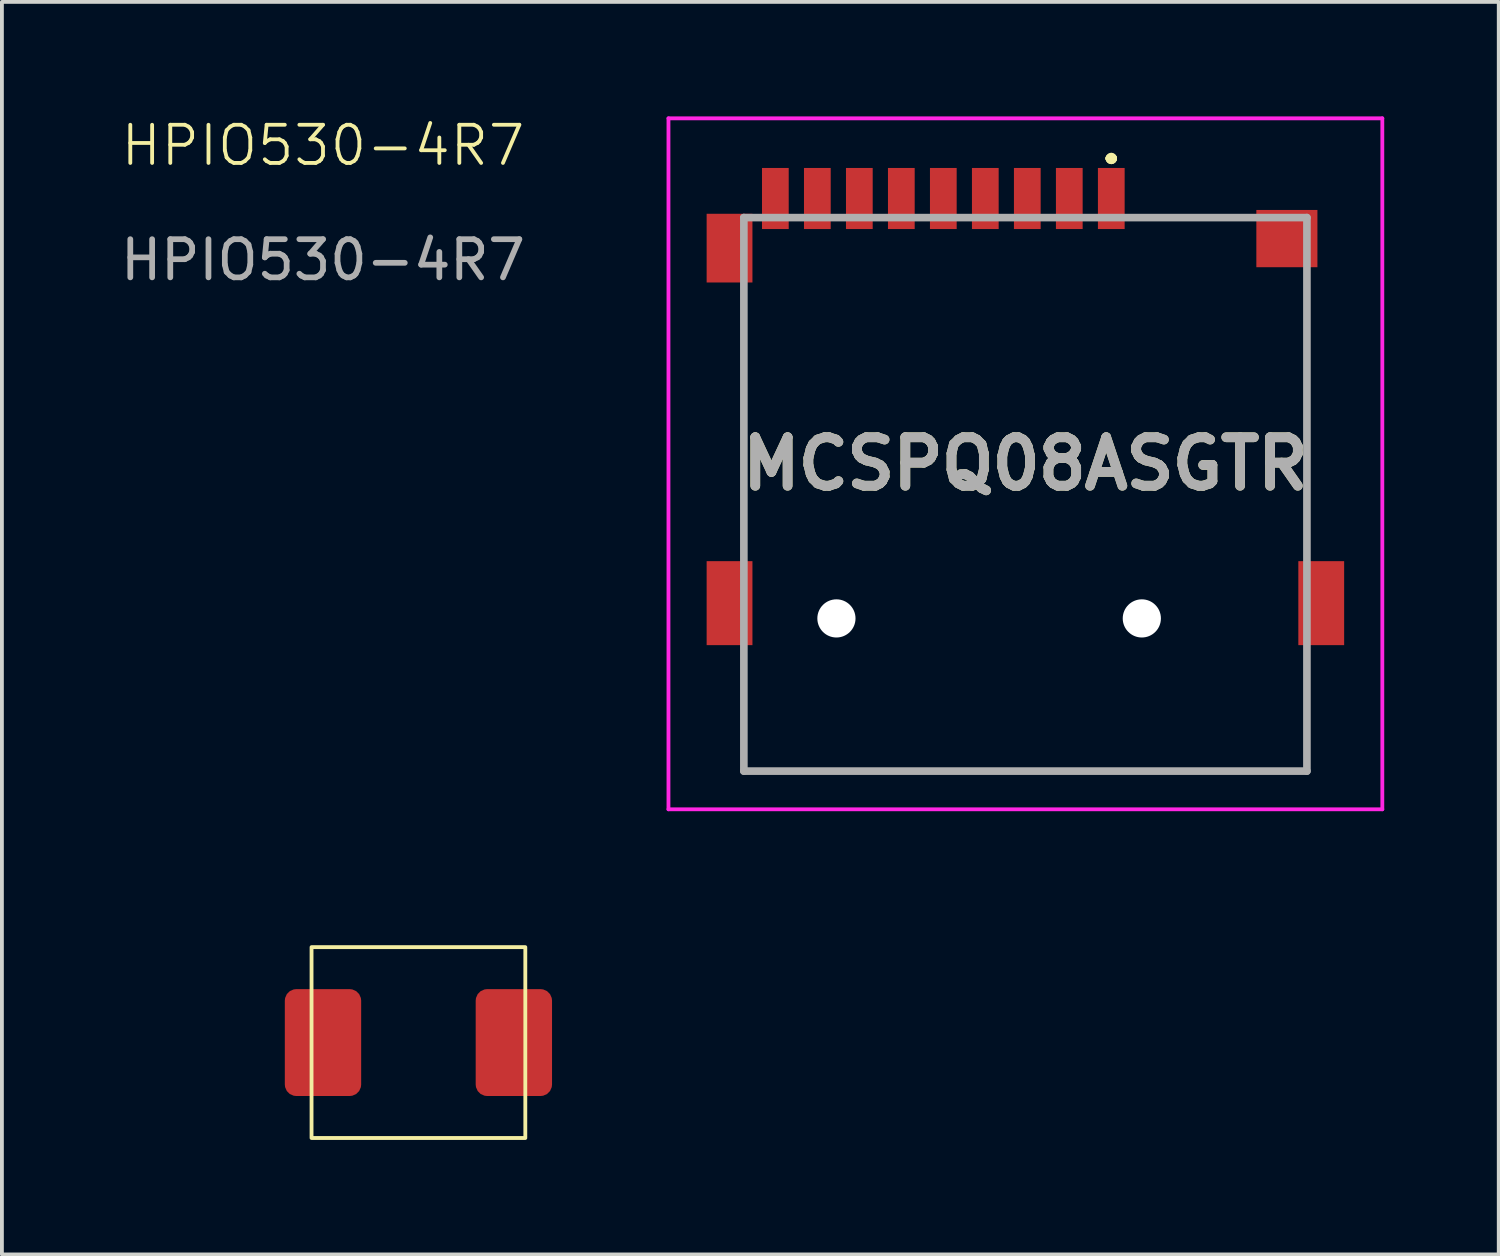
<source format=kicad_pcb>
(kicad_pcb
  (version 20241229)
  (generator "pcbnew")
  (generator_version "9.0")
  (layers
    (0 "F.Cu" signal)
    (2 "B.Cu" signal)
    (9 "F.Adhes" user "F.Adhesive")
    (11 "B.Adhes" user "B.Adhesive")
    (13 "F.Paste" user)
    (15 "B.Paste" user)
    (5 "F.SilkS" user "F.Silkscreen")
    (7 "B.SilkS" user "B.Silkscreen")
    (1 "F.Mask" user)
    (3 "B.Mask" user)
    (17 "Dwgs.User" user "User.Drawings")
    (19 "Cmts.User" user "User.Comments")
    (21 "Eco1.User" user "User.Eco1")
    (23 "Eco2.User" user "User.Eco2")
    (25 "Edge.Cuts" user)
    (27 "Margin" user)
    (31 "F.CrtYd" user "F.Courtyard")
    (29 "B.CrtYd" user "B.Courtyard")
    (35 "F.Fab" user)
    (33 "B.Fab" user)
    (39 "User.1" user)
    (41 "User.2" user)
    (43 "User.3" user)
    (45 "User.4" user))
  (footprint "HPIO530-4R7"
    (layer "F.Cu")
    (at 5.411 24.261)
    (property "Reference" "HPIO530-4R7" (at 0 -23.5 0) (unlocked yes) (layer "F.SilkS") (effects (font (size 1 1) (thickness 0.1))))
    (attr smd)
    (fp_rect (start -0.3 -2.5) (end 5.3 2.5) (stroke (width 0.1) (type solid)) (fill no) (layer "F.SilkS"))
    (fp_text user "${REFERENCE}" (at 0 -20.5 0) (unlocked yes) (layer "F.Fab") (effects (font (size 1 1) (thickness 0.15))))
    (pad "1" smd roundrect (at 0 0) (size 2 2.8) (layers "F.Cu" "F.Mask" "F.Paste") (roundrect_rratio 0.15))
    (pad "2" smd roundrect (at 5 0) (size 2 2.8) (layers "F.Cu" "F.Mask" "F.Paste") (roundrect_rratio 0.15)))
  (footprint "MCSPQ08ASGTR"
    (layer "F.Cu")
    (at 23.811 9.9)
    (property "Reference" "MCSPQ08ASGTR" (at 0 -0.8 0) (layer "F.SilkS") (effects (font (size 1.27 1.27) (thickness 0.254))))
    (attr through_hole)
    (fp_line (start -7.375 -5) (end -7.375 -5) (stroke (width 0.1) (type solid)) (layer "F.SilkS"))
    (fp_line (start -7.375 -5) (end -7.375 1.25) (stroke (width 0.1) (type solid)) (layer "F.SilkS"))
    (fp_line (start -7.375 1.25) (end -7.375 -5) (stroke (width 0.1) (type solid)) (layer "F.SilkS"))
    (fp_line (start -7.375 1.25) (end -7.375 1.25) (stroke (width 0.1) (type solid)) (layer "F.SilkS"))
    (fp_line (start -7.375 4.5) (end -7.375 4.5) (stroke (width 0.1) (type solid)) (layer "F.SilkS"))
    (fp_line (start -7.375 4.5) (end -7.375 7.25) (stroke (width 0.1) (type solid)) (layer "F.SilkS"))
    (fp_line (start -7.375 7.25) (end -7.375 4.5) (stroke (width 0.1) (type solid)) (layer "F.SilkS"))
    (fp_line (start -7.375 7.25) (end -7.375 7.25) (stroke (width 0.1) (type solid)) (layer "F.SilkS"))
    (fp_line (start -7.375 7.25) (end -7.375 7.25) (stroke (width 0.1) (type solid)) (layer "F.SilkS"))
    (fp_line (start -7.375 7.25) (end 7.375 7.25) (stroke (width 0.1) (type solid)) (layer "F.SilkS"))
    (fp_line (start 2.2 -8.8) (end 2.2 -8.8) (stroke (width 0.2) (type solid)) (layer "F.SilkS"))
    (fp_line (start 2.2 -8.8) (end 2.2 -8.8) (stroke (width 0.2) (type solid)) (layer "F.SilkS"))
    (fp_line (start 2.3 -8.8) (end 2.3 -8.8) (stroke (width 0.2) (type solid)) (layer "F.SilkS"))
    (fp_line (start 3.25 -7.25) (end 3.25 -7.25) (stroke (width 0.1) (type solid)) (layer "F.SilkS"))
    (fp_line (start 3.25 -7.25) (end 5.5 -7.25) (stroke (width 0.1) (type solid)) (layer "F.SilkS"))
    (fp_line (start 5.5 -7.25) (end 3.25 -7.25) (stroke (width 0.1) (type solid)) (layer "F.SilkS"))
    (fp_line (start 5.5 -7.25) (end 5.5 -7.25) (stroke (width 0.1) (type solid)) (layer "F.SilkS"))
    (fp_line (start 7.375 -5.25) (end 7.375 -5.25) (stroke (width 0.1) (type solid)) (layer "F.SilkS"))
    (fp_line (start 7.375 -5.25) (end 7.375 1.25) (stroke (width 0.1) (type solid)) (layer "F.SilkS"))
    (fp_line (start 7.375 1.25) (end 7.375 -5.25) (stroke (width 0.1) (type solid)) (layer "F.SilkS"))
    (fp_line (start 7.375 1.25) (end 7.375 1.25) (stroke (width 0.1) (type solid)) (layer "F.SilkS"))
    (fp_line (start 7.375 4.5) (end 7.375 4.5) (stroke (width 0.1) (type solid)) (layer "F.SilkS"))
    (fp_line (start 7.375 4.5) (end 7.375 7.25) (stroke (width 0.1) (type solid)) (layer "F.SilkS"))
    (fp_line (start 7.375 7.25) (end -7.375 7.25) (stroke (width 0.1) (type solid)) (layer "F.SilkS"))
    (fp_line (start 7.375 7.25) (end 7.375 4.5) (stroke (width 0.1) (type solid)) (layer "F.SilkS"))
    (fp_line (start 7.375 7.25) (end 7.375 7.25) (stroke (width 0.1) (type solid)) (layer "F.SilkS"))
    (fp_line (start 7.375 7.25) (end 7.375 7.25) (stroke (width 0.1) (type solid)) (layer "F.SilkS"))
    (fp_arc (start 2.2 -8.8) (mid 2.25 -8.85) (end 2.3 -8.8) (stroke (width 0.2) (type solid)) (layer "F.SilkS"))
    (fp_arc (start 2.3 -8.8) (mid 2.25 -8.75) (end 2.2 -8.8) (stroke (width 0.2) (type solid)) (layer "F.SilkS"))
    (fp_arc (start 2.3 -8.8) (mid 2.25 -8.75) (end 2.2 -8.8) (stroke (width 0.2) (type solid)) (layer "F.SilkS"))
    (fp_line (start -9.35 -9.85) (end 9.35 -9.85) (stroke (width 0.1) (type solid)) (layer "F.CrtYd"))
    (fp_line (start -9.35 8.25) (end -9.35 -9.85) (stroke (width 0.1) (type solid)) (layer "F.CrtYd"))
    (fp_line (start 9.35 -9.85) (end 9.35 8.25) (stroke (width 0.1) (type solid)) (layer "F.CrtYd"))
    (fp_line (start 9.35 8.25) (end -9.35 8.25) (stroke (width 0.1) (type solid)) (layer "F.CrtYd"))
    (fp_line (start -7.375 -7.25) (end -7.375 7.25) (stroke (width 0.2) (type solid)) (layer "F.Fab"))
    (fp_line (start -7.375 7.25) (end 7.375 7.25) (stroke (width 0.2) (type solid)) (layer "F.Fab"))
    (fp_line (start 7.375 -7.25) (end -7.375 -7.25) (stroke (width 0.2) (type solid)) (layer "F.Fab"))
    (fp_line (start 7.375 7.25) (end 7.375 -7.25) (stroke (width 0.2) (type solid)) (layer "F.Fab"))
    (fp_text user "${REFERENCE}" (at 0 -0.8 0) (layer "F.Fab") (effects (font (size 1.27 1.27) (thickness 0.254))))
    (pad "" np_thru_hole circle (at -4.95 3.25) (size 1 1) (drill 1) (layers "*.Cu" "*.Mask"))
    (pad "" np_thru_hole circle (at 3.05 3.25) (size 1 1) (drill 1) (layers "*.Cu" "*.Mask"))
    (pad "1" smd rect (at 2.25 -7.75) (size 0.7 1.6) (layers "F.Cu" "F.Mask" "F.Paste"))
    (pad "2" smd rect (at 1.15 -7.75) (size 0.7 1.6) (layers "F.Cu" "F.Mask" "F.Paste"))
    (pad "3" smd rect (at 0.05 -7.75) (size 0.7 1.6) (layers "F.Cu" "F.Mask" "F.Paste"))
    (pad "4" smd rect (at -1.05 -7.75) (size 0.7 1.6) (layers "F.Cu" "F.Mask" "F.Paste"))
    (pad "5" smd rect (at -2.15 -7.75) (size 0.7 1.6) (layers "F.Cu" "F.Mask" "F.Paste"))
    (pad "6" smd rect (at -3.25 -7.75) (size 0.7 1.6) (layers "F.Cu" "F.Mask" "F.Paste"))
    (pad "7" smd rect (at -4.35 -7.75) (size 0.7 1.6) (layers "F.Cu" "F.Mask" "F.Paste"))
    (pad "8" smd rect (at -5.45 -7.75) (size 0.7 1.6) (layers "F.Cu" "F.Mask" "F.Paste"))
    (pad "9" smd rect (at -6.55 -7.75) (size 0.7 1.6) (layers "F.Cu" "F.Mask" "F.Paste"))
    (pad "MP1" smd rect (at 6.85 -6.7 90) (size 1.5 1.6) (layers "F.Cu" "F.Mask" "F.Paste"))
    (pad "MP2" smd rect (at -7.75 -6.45) (size 1.2 1.8) (layers "F.Cu" "F.Mask" "F.Paste"))
    (pad "MP3" smd rect (at -7.75 2.85) (size 1.2 2.2) (layers "F.Cu" "F.Mask" "F.Paste"))
    (pad "MP4" smd rect (at 7.75 2.85) (size 1.2 2.2) (layers "F.Cu" "F.Mask" "F.Paste")))
  (gr_rect
    (start -3 -3)
    (end 36.211 29.811)
    (stroke (width 0.1) (type default))
    (fill no)
    (layer "Edge.Cuts")))
</source>
